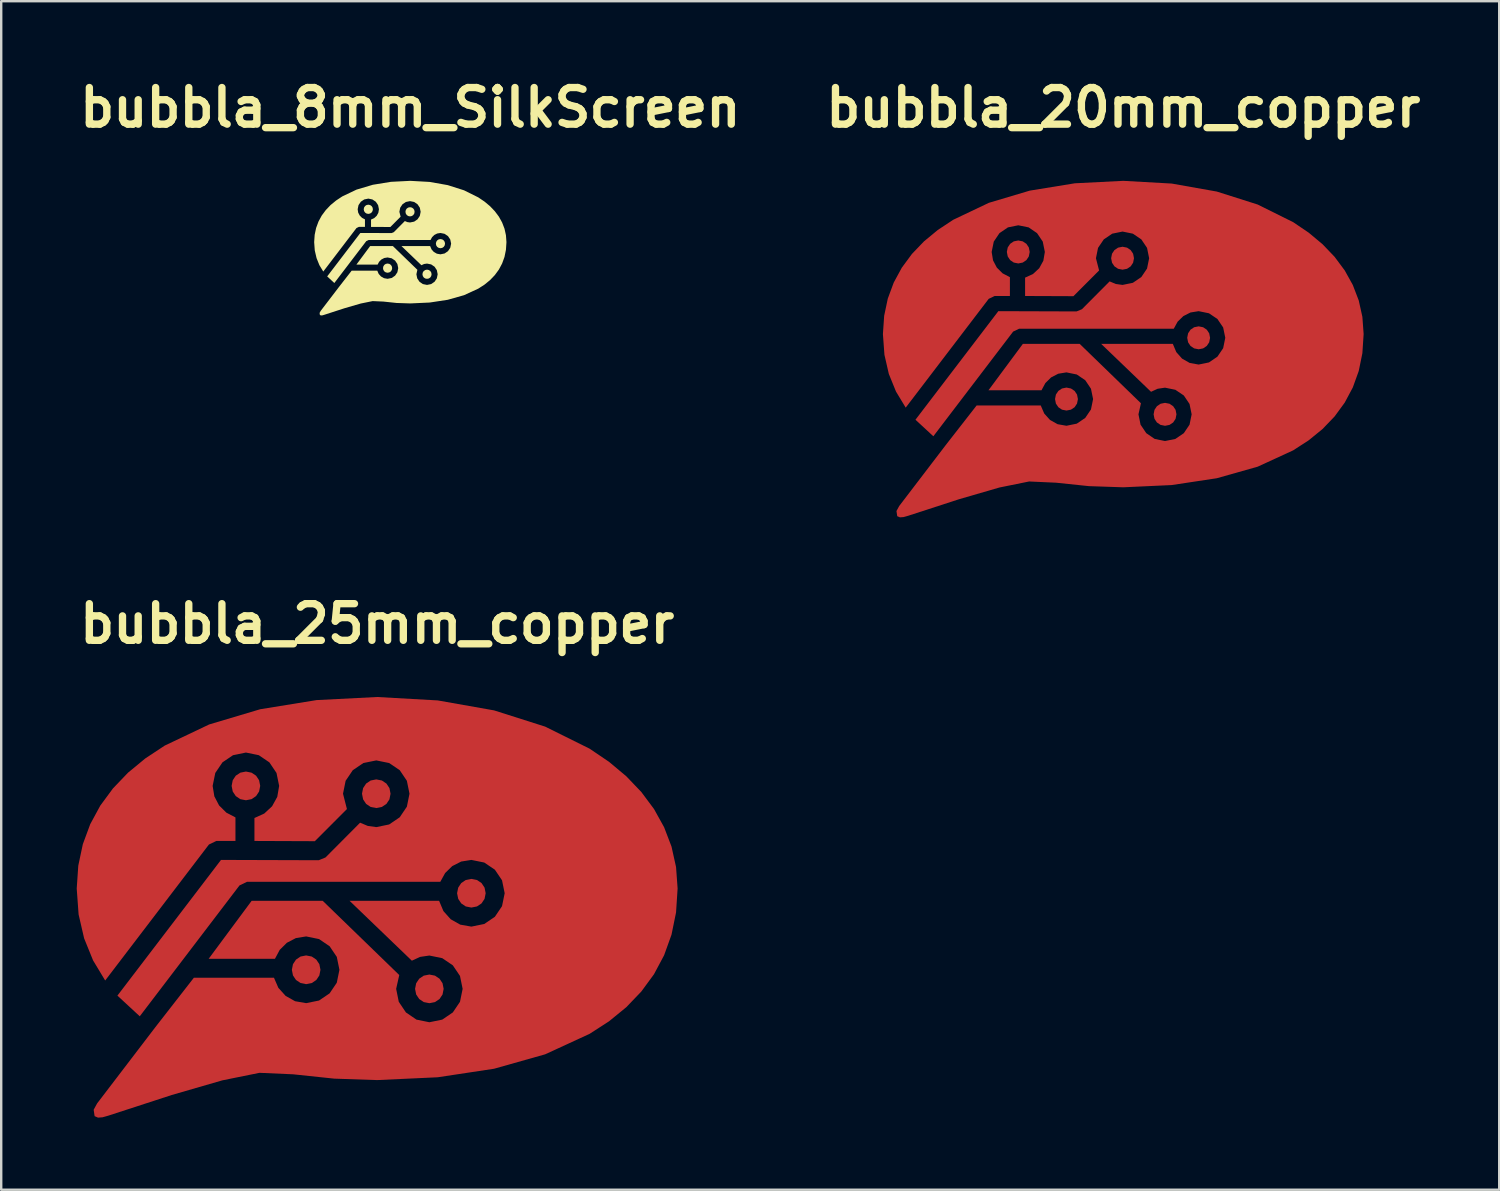
<source format=kicad_pcb>
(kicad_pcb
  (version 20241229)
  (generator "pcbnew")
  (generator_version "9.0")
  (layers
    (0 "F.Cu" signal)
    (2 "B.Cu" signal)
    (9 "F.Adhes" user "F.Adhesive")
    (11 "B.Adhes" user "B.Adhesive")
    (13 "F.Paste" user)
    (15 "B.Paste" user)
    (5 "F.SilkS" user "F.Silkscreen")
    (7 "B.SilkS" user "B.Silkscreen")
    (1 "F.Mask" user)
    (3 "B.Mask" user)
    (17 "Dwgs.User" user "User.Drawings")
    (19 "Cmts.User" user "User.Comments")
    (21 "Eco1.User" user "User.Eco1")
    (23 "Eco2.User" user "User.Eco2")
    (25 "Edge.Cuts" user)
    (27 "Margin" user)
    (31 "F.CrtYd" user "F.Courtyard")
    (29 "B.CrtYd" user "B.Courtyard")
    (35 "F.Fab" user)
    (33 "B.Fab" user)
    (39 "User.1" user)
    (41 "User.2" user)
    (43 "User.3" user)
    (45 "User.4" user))
  (footprint "bubbla_8mm_SilkScreen"
    (layer "F.Cu")
    (at 14.021 7.274)
    (property "Reference" "bubbla_8mm_SilkScreen" (at 0 -5.848 0) (layer "F.SilkS") (effects (font (size 1.524 1.524) (thickness 0.305))))
    (attr exclude_from_pos_files exclude_from_bom)
    (fp_poly (pts (xy -1.747 -1.808) (xy -1.822 -1.793) (xy -1.882 -1.752) (xy -1.923 -1.692) (xy -1.938 -1.617) (xy -1.923 -1.542) (xy -1.882 -1.481) (xy -1.822 -1.44) (xy -1.747 -1.425) (xy -1.673 -1.44) (xy -1.612 -1.481) (xy -1.572 -1.542) (xy -1.557 -1.617) (xy -1.572 -1.692) (xy -1.612 -1.752) (xy -1.673 -1.793) (xy -1.747 -1.808)) (stroke (width 0) (type solid)) (fill yes) (layer "F.SilkS"))
    (fp_poly (pts (xy -0.946 0.641) (xy -1.02 0.655) (xy -1.081 0.696) (xy -1.121 0.757) (xy -1.136 0.832) (xy -1.121 0.907) (xy -1.081 0.968) (xy -1.02 1.008) (xy -0.946 1.023) (xy -0.871 1.008) (xy -0.81 0.968) (xy -0.77 0.907) (xy -0.755 0.832) (xy -0.77 0.757) (xy -0.81 0.696) (xy -0.871 0.655) (xy -0.946 0.641)) (stroke (width 0) (type solid)) (fill yes) (layer "F.SilkS"))
    (fp_poly (pts (xy -0.012 -1.703) (xy -0.087 -1.688) (xy -0.147 -1.648) (xy -0.187 -1.587) (xy -0.202 -1.512) (xy -0.187 -1.437) (xy -0.147 -1.377) (xy -0.087 -1.336) (xy -0.012 -1.321) (xy 0.063 -1.336) (xy 0.123 -1.377) (xy 0.164 -1.437) (xy 0.178 -1.512) (xy 0.164 -1.587) (xy 0.123 -1.648) (xy 0.063 -1.688) (xy -0.012 -1.703)) (stroke (width 0) (type solid)) (fill yes) (layer "F.SilkS"))
    (fp_poly (pts (xy 0.695 0.895) (xy 0.62 0.91) (xy 0.56 0.95) (xy 0.52 1.011) (xy 0.505 1.086) (xy 0.52 1.161) (xy 0.56 1.221) (xy 0.62 1.262) (xy 0.695 1.276) (xy 0.77 1.262) (xy 0.83 1.221) (xy 0.87 1.161) (xy 0.885 1.086) (xy 0.87 1.011) (xy 0.83 0.95) (xy 0.77 0.91) (xy 0.695 0.895)) (stroke (width 0) (type solid)) (fill yes) (layer "F.SilkS"))
    (fp_poly (pts (xy 1.254 -0.378) (xy 1.18 -0.364) (xy 1.119 -0.323) (xy 1.079 -0.262) (xy 1.064 -0.188) (xy 1.079 -0.113) (xy 1.119 -0.052) (xy 1.18 -0.012) (xy 1.254 0.003) (xy 1.329 -0.012) (xy 1.389 -0.052) (xy 1.43 -0.113) (xy 1.445 -0.188) (xy 1.43 -0.262) (xy 1.389 -0.323) (xy 1.329 -0.364) (xy 1.254 -0.378) (xy 1.254 -0.378)) (stroke (width 0) (type solid)) (fill yes) (layer "F.SilkS"))
    (fp_poly (pts (xy -0.000064 -2.8) (xy -0.806 -2.759) (xy -1.557 -2.637) (xy -2.237 -2.435) (xy -2.829 -2.153) (xy -3.087 -1.982) (xy -3.317 -1.793) (xy -3.517 -1.583) (xy -3.686 -1.355) (xy -3.82 -1.107) (xy -3.919 -0.84) (xy -3.979 -0.555) (xy -4 -0.25) (xy -3.975 0.095) (xy -3.901 0.414) (xy -3.783 0.707) (xy -3.621 0.974) (xy -2.24 -0.836) (xy -2.14 -0.884) (xy -1.887 -0.884) (xy -1.887 -1.197) (xy -2.008 -1.26) (xy -2.104 -1.356) (xy -2.168 -1.477) (xy -2.19 -1.617) (xy -2.155 -1.789) (xy -2.06 -1.93) (xy -1.919 -2.025) (xy -1.747 -2.061) (xy -1.576 -2.025) (xy -1.435 -1.93) (xy -1.34 -1.789) (xy -1.305 -1.617) (xy -1.33 -1.471) (xy -1.399 -1.345) (xy -1.503 -1.249) (xy -1.634 -1.189) (xy -1.634 -0.883) (xy -0.83 -0.88) (xy -0.403 -1.308) (xy -0.455 -1.512) (xy -0.42 -1.684) (xy -0.325 -1.825) (xy -0.184 -1.921) (xy -0.012 -1.956) (xy 0.16 -1.921) (xy 0.3 -1.826) (xy 0.395 -1.684) (xy 0.43 -1.512) (xy 0.395 -1.34) (xy 0.3 -1.199) (xy 0.16 -1.103) (xy -0.012 -1.068) (xy -0.125 -1.084) (xy -0.227 -1.127) (xy -0.688 -0.664) (xy -0.777 -0.627) (xy -2.079 -0.631) (xy -3.458 1.176) (xy -3.161 1.451) (xy -1.833 -0.291) (xy -1.733 -0.339) (xy 0.841 -0.339) (xy 0.905 -0.456) (xy 1 -0.549) (xy 1.118 -0.609) (xy 1.254 -0.631) (xy 1.426 -0.596) (xy 1.567 -0.501) (xy 1.662 -0.36) (xy 1.698 -0.188) (xy 1.662 -0.015) (xy 1.567 0.126) (xy 1.426 0.222) (xy 1.254 0.257) (xy 1.106 0.231) (xy 0.979 0.159) (xy 0.882 0.05) (xy 0.825 -0.086) (xy -0.368 -0.086) (xy 0.462 0.711) (xy 0.572 0.66) (xy 0.695 0.642) (xy 0.867 0.677) (xy 1.008 0.772) (xy 1.103 0.914) (xy 1.138 1.086) (xy 1.103 1.258) (xy 1.008 1.399) (xy 0.867 1.495) (xy 0.695 1.53) (xy 0.523 1.495) (xy 0.383 1.399) (xy 0.288 1.258) (xy 0.253 1.086) (xy 0.294 0.901) (xy -0.725 -0.086) (xy -1.671 -0.086) (xy -2.243 0.685) (xy -1.361 0.685) (xy -1.297 0.566) (xy -1.202 0.472) (xy -1.083 0.41) (xy -0.946 0.388) (xy -0.774 0.423) (xy -0.633 0.518) (xy -0.538 0.66) (xy -0.503 0.832) (xy -0.538 1.004) (xy -0.633 1.145) (xy -0.774 1.241) (xy -0.946 1.276) (xy -1.093 1.25) (xy -1.219 1.179) (xy -1.316 1.072) (xy -1.374 0.938) (xy -2.441 0.938) (xy -2.954 1.597) (xy -3.729 2.611) (xy -3.774 2.695) (xy -3.762 2.781) (xy -3.716 2.8) (xy -3.656 2.796) (xy -3.581 2.774) (xy -2.734 2.499) (xy -2.061 2.304) (xy -1.566 2.203) (xy -1.118 2.223) (xy -0.571 2.281) (xy -0.000044 2.3) (xy 0.806 2.263) (xy 1.557 2.149) (xy 2.236 1.957) (xy 2.828 1.685) (xy 3.087 1.518) (xy 3.317 1.33) (xy 3.517 1.121) (xy 3.686 0.89) (xy 3.82 0.638) (xy 3.919 0.365) (xy 3.979 0.068) (xy 4 -0.25) (xy 3.979 -0.537) (xy 3.919 -0.809) (xy 3.82 -1.067) (xy 3.686 -1.309) (xy 3.517 -1.535) (xy 3.317 -1.745) (xy 3.087 -1.937) (xy 2.828 -2.112) (xy 2.236 -2.406) (xy 1.557 -2.622) (xy 0.806 -2.755) (xy -0.000044 -2.8) (xy -0.000064 -2.8)) (stroke (width 0) (type solid)) (fill yes) (layer "F.SilkS")))
  (footprint "bubbla_25mm_copper"
    (layer "F.Cu")
    (at 12.642 34.699)
    (property "Reference" "bubbla_25mm_copper" (at 0 -11.798 0) (layer "F.SilkS") (effects (font (size 1.524 1.524) (thickness 0.305))))
    (attr exclude_from_pos_files exclude_from_bom)
    (fp_poly (pts (xy -5.46 -5.649) (xy -5.694 -5.602) (xy -5.883 -5.476) (xy -6.009 -5.286) (xy -6.055 -5.052) (xy -6.009 -4.818) (xy -5.883 -4.628) (xy -5.694 -4.5) (xy -5.46 -4.454) (xy -5.227 -4.5) (xy -5.038 -4.628) (xy -4.912 -4.818) (xy -4.866 -5.052) (xy -4.912 -5.286) (xy -5.038 -5.476) (xy -5.227 -5.602) (xy -5.46 -5.649)) (stroke (width 0) (type solid)) (fill yes) (layer "F.Cu"))
    (fp_poly (pts (xy 2.172 2.797) (xy 1.938 2.843) (xy 1.75 2.97) (xy 1.623 3.159) (xy 1.577 3.393) (xy 1.623 3.627) (xy 1.75 3.816) (xy 1.938 3.943) (xy 2.172 3.989) (xy 2.405 3.943) (xy 2.594 3.816) (xy 2.72 3.627) (xy 2.766 3.393) (xy 2.72 3.159) (xy 2.594 2.97) (xy 2.405 2.843) (xy 2.172 2.797)) (stroke (width 0) (type solid)) (fill yes) (layer "F.Cu"))
    (fp_poly (pts (xy 3.92 -1.182) (xy 3.686 -1.136) (xy 3.498 -1.009) (xy 3.372 -0.82) (xy 3.325 -0.586) (xy 3.372 -0.352) (xy 3.498 -0.163) (xy 3.686 -0.036) (xy 3.92 0.01) (xy 4.153 -0.036) (xy 4.342 -0.163) (xy 4.468 -0.352) (xy 4.514 -0.586) (xy 4.468 -0.82) (xy 4.342 -1.009) (xy 4.153 -1.136) (xy 3.92 -1.182)) (stroke (width 0) (type solid)) (fill yes) (layer "F.Cu"))
    (fp_poly (pts (xy -2.955 2.002) (xy -3.188 2.048) (xy -3.377 2.176) (xy -3.503 2.366) (xy -3.549 2.6) (xy -3.503 2.834) (xy -3.377 3.024) (xy -3.188 3.15) (xy -2.955 3.197) (xy -2.721 3.15) (xy -2.532 3.024) (xy -2.405 2.834) (xy -2.359 2.6) (xy -2.405 2.366) (xy -2.532 2.176) (xy -2.721 2.048) (xy -2.955 2.002) (xy -2.955 2.002)) (stroke (width 0) (type solid)) (fill yes) (layer "F.Cu"))
    (fp_poly (pts (xy -0.037 -5.322) (xy -0.271 -5.276) (xy -0.459 -5.149) (xy -0.585 -4.96) (xy -0.631 -4.726) (xy -0.585 -4.492) (xy -0.459 -4.302) (xy -0.271 -4.176) (xy -0.037 -4.13) (xy 0.196 -4.176) (xy 0.385 -4.302) (xy 0.511 -4.492) (xy 0.557 -4.726) (xy 0.511 -4.96) (xy 0.385 -5.149) (xy 0.196 -5.276) (xy -0.037 -5.322) (xy -0.037 -5.322)) (stroke (width 0) (type solid)) (fill yes) (layer "F.Cu"))
    (fp_poly (pts (xy -0.0002 -8.75) (xy -2.519 -8.622) (xy -4.866 -8.241) (xy -6.989 -7.608) (xy -8.839 -6.728) (xy -9.646 -6.195) (xy -10.365 -5.602) (xy -10.991 -4.948) (xy -11.518 -4.234) (xy -11.938 -3.459) (xy -12.246 -2.626) (xy -12.435 -1.733) (xy -12.5 -0.781) (xy -12.422 0.296) (xy -12.192 1.292) (xy -11.82 2.208) (xy -11.316 3.045) (xy -6.999 -2.613) (xy -6.687 -2.763) (xy -5.896 -2.763) (xy -5.896 -3.741) (xy -6.275 -3.939) (xy -6.576 -4.238) (xy -6.774 -4.617) (xy -6.845 -5.052) (xy -6.735 -5.59) (xy -6.437 -6.031) (xy -5.997 -6.329) (xy -5.46 -6.439) (xy -4.924 -6.329) (xy -4.485 -6.031) (xy -4.188 -5.59) (xy -4.078 -5.052) (xy -4.156 -4.596) (xy -4.372 -4.204) (xy -4.697 -3.902) (xy -5.106 -3.716) (xy -5.106 -2.761) (xy -2.593 -2.751) (xy -1.258 -4.088) (xy -1.421 -4.726) (xy -1.312 -5.264) (xy -1.014 -5.705) (xy -0.574 -6.003) (xy -0.037 -6.112) (xy 0.499 -6.003) (xy 0.939 -5.705) (xy 1.236 -5.264) (xy 1.345 -4.726) (xy 1.236 -4.187) (xy 0.939 -3.746) (xy 0.499 -3.447) (xy -0.037 -3.337) (xy -0.39 -3.386) (xy -0.71 -3.521) (xy -2.15 -2.074) (xy -2.43 -1.959) (xy -6.497 -1.972) (xy -10.807 3.674) (xy -9.877 4.534) (xy -5.727 -0.911) (xy -5.414 -1.061) (xy 2.627 -1.061) (xy 2.828 -1.426) (xy 3.124 -1.715) (xy 3.495 -1.904) (xy 3.92 -1.972) (xy 4.456 -1.863) (xy 4.897 -1.565) (xy 5.195 -1.124) (xy 5.305 -0.586) (xy 5.195 -0.048) (xy 4.897 0.394) (xy 4.456 0.693) (xy 3.92 0.803) (xy 3.456 0.721) (xy 3.059 0.496) (xy 2.756 0.156) (xy 2.577 -0.27) (xy -1.148 -0.27) (xy 1.443 2.221) (xy 1.786 2.063) (xy 2.172 2.006) (xy 2.708 2.116) (xy 3.148 2.414) (xy 3.446 2.855) (xy 3.556 3.393) (xy 3.446 3.931) (xy 3.148 4.373) (xy 2.708 4.672) (xy 2.172 4.782) (xy 1.635 4.672) (xy 1.196 4.373) (xy 0.899 3.931) (xy 0.79 3.393) (xy 0.919 2.817) (xy -2.265 -0.27) (xy -5.223 -0.27) (xy -7.01 2.141) (xy -4.252 2.141) (xy -4.053 1.769) (xy -3.756 1.475) (xy -3.383 1.281) (xy -2.955 1.211) (xy -2.418 1.321) (xy -1.978 1.62) (xy -1.68 2.062) (xy -1.57 2.6) (xy -1.68 3.138) (xy -1.978 3.579) (xy -2.418 3.878) (xy -2.955 3.987) (xy -3.415 3.907) (xy -3.809 3.685) (xy -4.111 3.35) (xy -4.293 2.931) (xy -7.627 2.931) (xy -9.232 4.991) (xy -11.652 8.16) (xy -11.795 8.422) (xy -11.756 8.689) (xy -11.613 8.75) (xy -11.425 8.736) (xy -11.191 8.67) (xy -8.544 7.808) (xy -6.442 7.199) (xy -4.895 6.886) (xy -3.492 6.948) (xy -1.785 7.128) (xy -0.000138 7.188) (xy 2.519 7.071) (xy 4.865 6.716) (xy 6.989 6.116) (xy 8.839 5.264) (xy 9.646 4.743) (xy 10.365 4.156) (xy 10.991 3.502) (xy 11.518 2.783) (xy 11.938 1.995) (xy 12.246 1.139) (xy 12.435 0.214) (xy 12.5 -0.781) (xy 12.435 -1.677) (xy 12.246 -2.528) (xy 11.938 -3.333) (xy 11.518 -4.09) (xy 10.991 -4.797) (xy 10.365 -5.452) (xy 9.646 -6.054) (xy 8.839 -6.6) (xy 6.989 -7.518) (xy 4.865 -8.193) (xy 2.519 -8.608) (xy -0.000138 -8.75) (xy -0.0002 -8.75)) (stroke (width 0) (type solid)) (fill yes) (layer "F.Cu")))
  (footprint "bubbla_20mm_copper"
    (layer "F.Cu")
    (at 43.684 11.474)
    (property "Reference" "bubbla_20mm_copper" (at 0 -10.048 0) (layer "F.SilkS") (effects (font (size 1.524 1.524) (thickness 0.305))))
    (attr exclude_from_pos_files exclude_from_bom)
    (fp_poly (pts (xy -4.368 -4.519) (xy -4.555 -4.482) (xy -4.706 -4.38) (xy -4.807 -4.229) (xy -4.844 -4.042) (xy -4.807 -3.854) (xy -4.706 -3.702) (xy -4.555 -3.6) (xy -4.368 -3.563) (xy -4.182 -3.6) (xy -4.031 -3.702) (xy -3.93 -3.854) (xy -3.893 -4.042) (xy -3.93 -4.229) (xy -4.031 -4.38) (xy -4.182 -4.482) (xy -4.368 -4.519)) (stroke (width 0) (type solid)) (fill yes) (layer "F.Cu"))
    (fp_poly (pts (xy -0.03 -4.258) (xy -0.216 -4.221) (xy -0.367 -4.119) (xy -0.468 -3.968) (xy -0.505 -3.78) (xy -0.468 -3.593) (xy -0.367 -3.442) (xy -0.216 -3.341) (xy -0.03 -3.304) (xy 0.157 -3.341) (xy 0.308 -3.442) (xy 0.409 -3.593) (xy 0.446 -3.78) (xy 0.409 -3.968) (xy 0.308 -4.119) (xy 0.157 -4.221) (xy -0.03 -4.258)) (stroke (width 0) (type solid)) (fill yes) (layer "F.Cu"))
    (fp_poly (pts (xy -2.364 1.601) (xy -2.55 1.639) (xy -2.701 1.741) (xy -2.803 1.892) (xy -2.839 2.08) (xy -2.803 2.267) (xy -2.701 2.419) (xy -2.55 2.52) (xy -2.364 2.557) (xy -2.177 2.52) (xy -2.025 2.419) (xy -1.924 2.267) (xy -1.887 2.08) (xy -1.924 1.892) (xy -2.025 1.741) (xy -2.177 1.639) (xy -2.364 1.601) (xy -2.364 1.601)) (stroke (width 0) (type solid)) (fill yes) (layer "F.Cu"))
    (fp_poly (pts (xy 1.737 2.237) (xy 1.551 2.274) (xy 1.4 2.376) (xy 1.299 2.527) (xy 1.262 2.714) (xy 1.299 2.902) (xy 1.4 3.053) (xy 1.551 3.154) (xy 1.737 3.191) (xy 1.924 3.154) (xy 2.075 3.053) (xy 2.176 2.902) (xy 2.213 2.714) (xy 2.176 2.527) (xy 2.075 2.376) (xy 1.924 2.274) (xy 1.737 2.237) (xy 1.737 2.237)) (stroke (width 0) (type solid)) (fill yes) (layer "F.Cu"))
    (fp_poly (pts (xy 3.136 -0.946) (xy 2.949 -0.909) (xy 2.798 -0.808) (xy 2.697 -0.656) (xy 2.66 -0.469) (xy 2.697 -0.282) (xy 2.798 -0.13) (xy 2.949 -0.029) (xy 3.136 0.008) (xy 3.322 -0.029) (xy 3.473 -0.13) (xy 3.575 -0.282) (xy 3.611 -0.469) (xy 3.575 -0.656) (xy 3.473 -0.808) (xy 3.322 -0.909) (xy 3.136 -0.946) (xy 3.136 -0.946)) (stroke (width 0) (type solid)) (fill yes) (layer "F.Cu"))
    (fp_poly (pts (xy -0.00016 -7) (xy -2.016 -6.898) (xy -3.893 -6.592) (xy -5.591 -6.086) (xy -7.071 -5.382) (xy -7.717 -4.956) (xy -8.292 -4.481) (xy -8.793 -3.958) (xy -9.214 -3.387) (xy -9.55 -2.768) (xy -9.797 -2.101) (xy -9.948 -1.386) (xy -10 -0.625) (xy -9.937 0.237) (xy -9.754 1.034) (xy -9.456 1.767) (xy -9.052 2.436) (xy -5.599 -2.09) (xy -5.35 -2.21) (xy -4.717 -2.21) (xy -4.717 -2.993) (xy -5.02 -3.151) (xy -5.261 -3.39) (xy -5.419 -3.693) (xy -5.476 -4.042) (xy -5.388 -4.472) (xy -5.15 -4.825) (xy -4.798 -5.064) (xy -4.368 -5.151) (xy -3.939 -5.064) (xy -3.588 -4.825) (xy -3.35 -4.472) (xy -3.263 -4.042) (xy -3.325 -3.677) (xy -3.497 -3.364) (xy -3.758 -3.122) (xy -4.085 -2.973) (xy -4.085 -2.209) (xy -2.074 -2.201) (xy -1.006 -3.271) (xy -1.137 -3.78) (xy -1.05 -4.211) (xy -0.811 -4.564) (xy -0.459 -4.802) (xy -0.03 -4.89) (xy 0.399 -4.802) (xy 0.751 -4.564) (xy 0.989 -4.211) (xy 1.076 -3.78) (xy 0.989 -3.35) (xy 0.751 -2.997) (xy 0.399 -2.758) (xy -0.03 -2.67) (xy -0.312 -2.709) (xy -0.568 -2.817) (xy -1.72 -1.659) (xy -1.944 -1.567) (xy -5.198 -1.578) (xy -8.646 2.939) (xy -7.902 3.627) (xy -4.582 -0.728) (xy -4.332 -0.848) (xy 2.101 -0.848) (xy 2.262 -1.141) (xy 2.499 -1.372) (xy 2.796 -1.523) (xy 3.136 -1.578) (xy 3.565 -1.49) (xy 3.917 -1.252) (xy 4.156 -0.899) (xy 4.244 -0.469) (xy 4.156 -0.038) (xy 3.917 0.315) (xy 3.565 0.555) (xy 3.136 0.643) (xy 2.765 0.577) (xy 2.447 0.397) (xy 2.205 0.124) (xy 2.062 -0.216) (xy -0.919 -0.216) (xy 1.155 1.777) (xy 1.429 1.651) (xy 1.737 1.605) (xy 2.167 1.693) (xy 2.519 1.931) (xy 2.757 2.284) (xy 2.845 2.714) (xy 2.757 3.145) (xy 2.519 3.498) (xy 2.167 3.738) (xy 1.737 3.825) (xy 1.308 3.738) (xy 0.957 3.498) (xy 0.719 3.145) (xy 0.632 2.714) (xy 0.735 2.254) (xy -1.812 -0.216) (xy -4.178 -0.216) (xy -5.608 1.713) (xy -3.402 1.713) (xy -3.242 1.415) (xy -3.005 1.18) (xy -2.706 1.025) (xy -2.364 0.969) (xy -1.934 1.057) (xy -1.582 1.296) (xy -1.344 1.65) (xy -1.256 2.08) (xy -1.344 2.511) (xy -1.582 2.863) (xy -1.934 3.102) (xy -2.364 3.19) (xy -2.732 3.125) (xy -3.048 2.948) (xy -3.289 2.68) (xy -3.434 2.345) (xy -6.101 2.345) (xy -7.386 3.993) (xy -9.322 6.528) (xy -9.436 6.737) (xy -9.405 6.952) (xy -9.29 7) (xy -9.14 6.989) (xy -8.953 6.936) (xy -6.835 6.247) (xy -5.154 5.759) (xy -3.916 5.508) (xy -2.794 5.559) (xy -1.428 5.702) (xy -0.00011 5.75) (xy 2.015 5.657) (xy 3.892 5.373) (xy 5.591 4.893) (xy 7.071 4.212) (xy 7.716 3.794) (xy 8.292 3.324) (xy 8.793 2.802) (xy 9.214 2.226) (xy 9.55 1.596) (xy 9.797 0.911) (xy 9.948 0.171) (xy 10 -0.625) (xy 9.948 -1.342) (xy 9.797 -2.023) (xy 9.55 -2.667) (xy 9.214 -3.272) (xy 8.793 -3.838) (xy 8.292 -4.362) (xy 7.716 -4.843) (xy 7.071 -5.28) (xy 5.591 -6.015) (xy 3.892 -6.554) (xy 2.015 -6.887) (xy -0.00011 -7) (xy -0.00016 -7)) (stroke (width 0) (type solid)) (fill yes) (layer "F.Cu")))
  (gr_rect
    (start -3 -3)
    (end 59.325 46.449)
    (stroke (width 0.1) (type default))
    (fill no)
    (layer "Edge.Cuts")))
</source>
